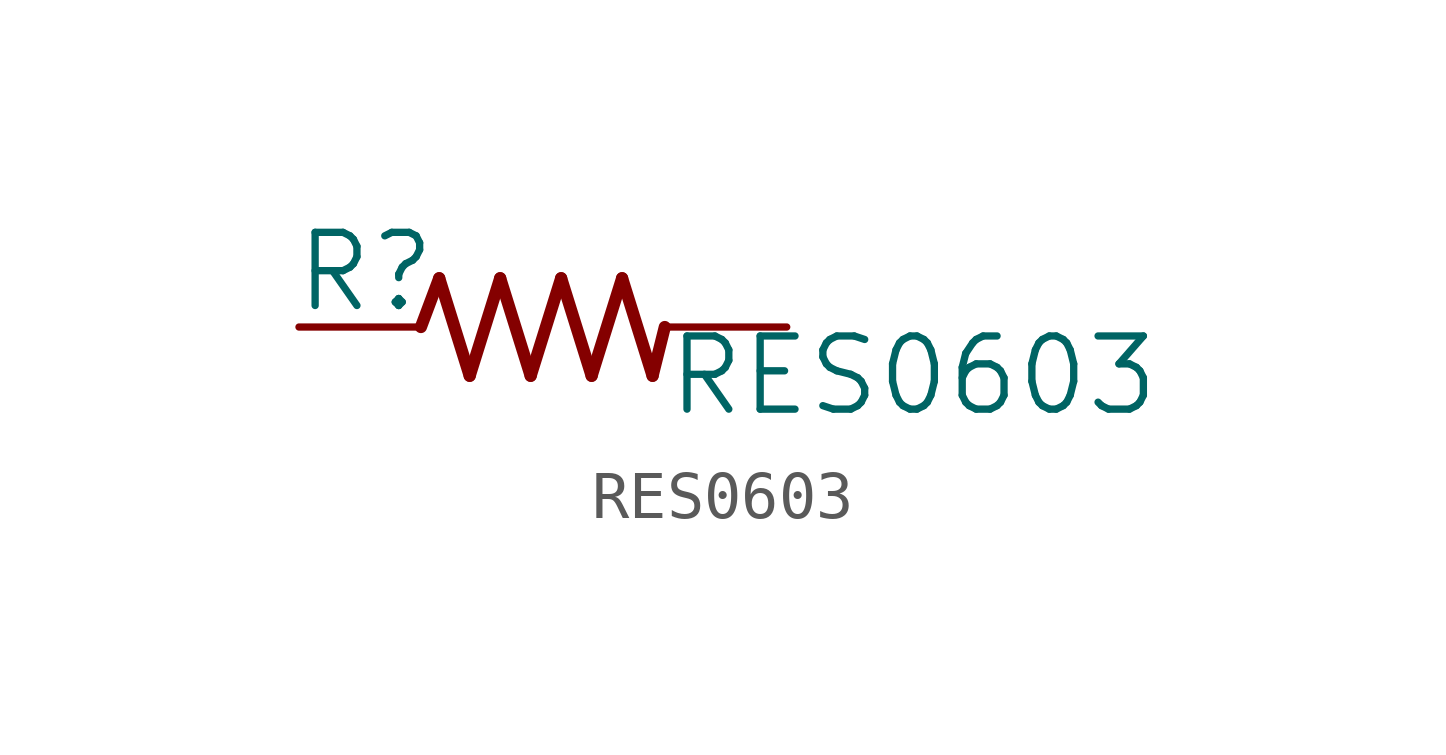
<source format=kicad_sym>
(kicad_symbol_lib
  (version 20211014)
  (generator kicad_symbol_editor)
  (symbol "RES0603"
    (property "Reference" "R"
      (at -5.207 0.254 0)
      (effects (font (size 1.524 1.524)) (justify left bottom)))
    (property "Value" "RES0603"
      (at 2.54 -1.905 0)
      (effects (font (size 1.524 1.524)) (justify left bottom)))
    (property "ki_locked" ""
      (at 0 0 0)
      (effects (font (size 1.27 1.27))))
    (symbol "RES0603_1_0"
      (polyline (pts (xy -2.54 0) (xy -2.159 1.016)) (stroke (width 0.254) (type default) (color 0 0 0 0)) (fill (type none)))
      (polyline (pts (xy -2.159 1.016) (xy -1.524 -1.016)) (stroke (width 0.254) (type default) (color 0 0 0 0)) (fill (type none)))
      (polyline (pts (xy -1.524 -1.016) (xy -0.889 1.016)) (stroke (width 0.254) (type default) (color 0 0 0 0)) (fill (type none)))
      (polyline (pts (xy -0.889 1.016) (xy -0.254 -1.016)) (stroke (width 0.254) (type default) (color 0 0 0 0)) (fill (type none)))
      (polyline (pts (xy -0.254 -1.016) (xy 0.381 1.016)) (stroke (width 0.254) (type default) (color 0 0 0 0)) (fill (type none)))
      (polyline (pts (xy 0.381 1.016) (xy 1.016 -1.016)) (stroke (width 0.254) (type default) (color 0 0 0 0)) (fill (type none)))
      (polyline (pts (xy 1.016 -1.016) (xy 1.651 1.016)) (stroke (width 0.254) (type default) (color 0 0 0 0)) (fill (type none)))
      (polyline (pts (xy 1.651 1.016) (xy 2.286 -1.016)) (stroke (width 0.254) (type default) (color 0 0 0 0)) (fill (type none)))
      (polyline (pts (xy 2.286 -1.016) (xy 2.54 0)) (stroke (width 0.254) (type default) (color 0 0 0 0)) (fill (type none)))
      (pin passive line (at -5.08 0 0) (length 2.54) (name "1" (effects (font (size 0 0)))) (number "1" (effects (font (size 0 0)))))
      (pin passive line (at 5.08 0 180) (length 2.54) (name "2" (effects (font (size 0 0)))) (number "2" (effects (font (size 0 0))))))))
</source>
